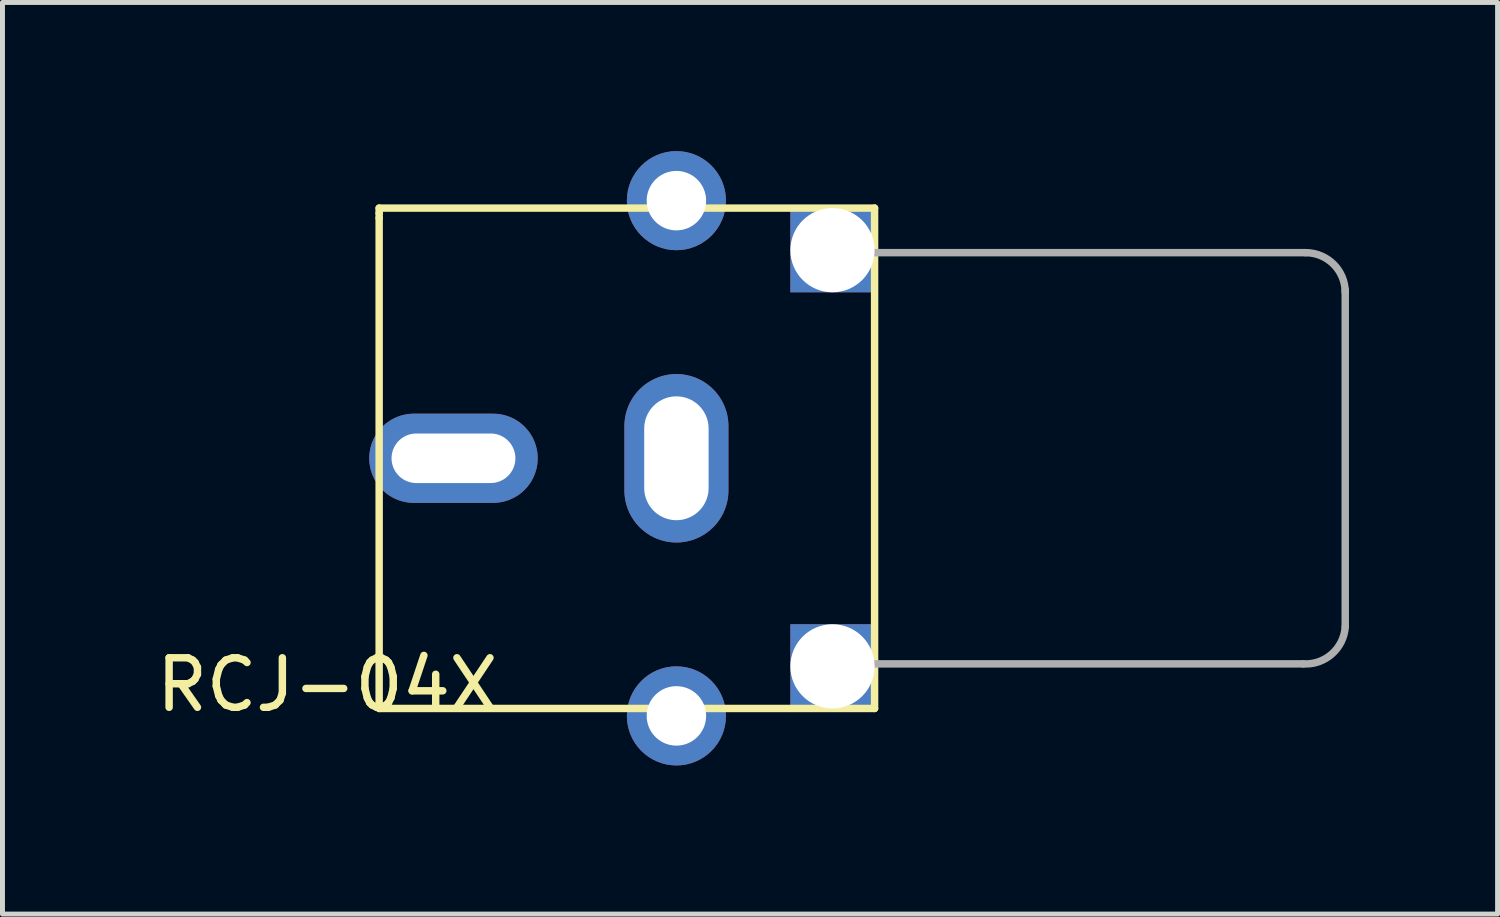
<source format=kicad_pcb>
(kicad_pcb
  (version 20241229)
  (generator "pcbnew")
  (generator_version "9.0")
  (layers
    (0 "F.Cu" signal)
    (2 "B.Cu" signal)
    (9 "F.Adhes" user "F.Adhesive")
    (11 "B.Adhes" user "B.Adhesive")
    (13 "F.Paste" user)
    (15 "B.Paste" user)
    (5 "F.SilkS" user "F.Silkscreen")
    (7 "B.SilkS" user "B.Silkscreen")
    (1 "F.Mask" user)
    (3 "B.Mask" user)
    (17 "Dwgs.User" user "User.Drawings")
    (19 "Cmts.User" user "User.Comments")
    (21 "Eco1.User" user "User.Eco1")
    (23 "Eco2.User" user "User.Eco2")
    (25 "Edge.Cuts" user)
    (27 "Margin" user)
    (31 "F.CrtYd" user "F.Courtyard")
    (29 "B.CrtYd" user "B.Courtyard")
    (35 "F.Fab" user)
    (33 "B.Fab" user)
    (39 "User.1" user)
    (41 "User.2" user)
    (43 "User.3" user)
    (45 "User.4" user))
  (footprint "RCJ-04X"
    (layer "F.Cu")
    (at 14.603 6.2)
    (property "Reference" "RCJ-04X" (at -11.049 4.572 0) (layer "F.SilkS") (effects (font (size 1 1) (thickness 0.15))))
    (attr through_hole)
    (fp_line (start -10 -5.05) (end 0 -5.05) (stroke (width 0.15) (type solid)) (layer "F.SilkS"))
    (fp_line (start -10 -4.95) (end -10 -5.05) (stroke (width 0.15) (type solid)) (layer "F.SilkS"))
    (fp_line (start -10 -4.85) (end -10 -4.95) (stroke (width 0.15) (type solid)) (layer "F.SilkS"))
    (fp_line (start -10 5.05) (end -10 -4.85) (stroke (width 0.15) (type solid)) (layer "F.SilkS"))
    (fp_line (start 0 -5.05) (end 0 5.05) (stroke (width 0.15) (type solid)) (layer "F.SilkS"))
    (fp_line (start 0 5.05) (end -10 5.05) (stroke (width 0.15) (type solid)) (layer "F.SilkS"))
    (fp_line (start 8.65 4.15) (end 0 4.15) (stroke (width 0.15) (type solid)) (layer "F.Fab"))
    (fp_line (start 8.7 -4.15) (end 0 -4.15) (stroke (width 0.15) (type solid)) (layer "F.Fab"))
    (fp_line (start 9.5 3.4) (end 9.5 -3.4) (stroke (width 0.15) (type solid)) (layer "F.Fab"))
    (fp_arc (start 8.7 -4.15) (mid 9.265685 -3.915685) (end 9.5 -3.35) (stroke (width 0.15) (type solid)) (layer "F.Fab"))
    (fp_arc (start 9.5 3.4) (mid 9.23033 3.951041) (end 8.65 4.15) (stroke (width 0.15) (type solid)) (layer "F.Fab"))
    (pad "" np_thru_hole rect (at -0.85 -4.2) (size 1.7 1.7) (drill 1.7) (layers "*.Cu" "*.Mask"))
    (pad "" np_thru_hole rect (at -0.85 4.2) (size 1.7 1.7) (drill 1.7) (layers "*.Cu" "*.Mask"))
    (pad "1" thru_hole oval (at -8.5 0) (size 3.4 1.8) (drill oval 2.5 1) (layers "*.Cu" "*.Mask"))
    (pad "2" thru_hole circle (at -4 -5.2) (size 2 2) (drill 1.2) (layers "*.Cu" "*.Mask"))
    (pad "2" thru_hole oval (at -4 0) (size 2.1 3.4) (drill oval 1.3 2.5) (layers "*.Cu" "*.Mask"))
    (pad "2" thru_hole circle (at -4 5.2) (size 2 2) (drill 1.2) (layers "*.Cu" "*.Mask")))
  (gr_rect
    (start -3 -3)
    (end 27.178 15.4)
    (stroke (width 0.1) (type default))
    (fill no)
    (layer "Edge.Cuts")))
</source>
